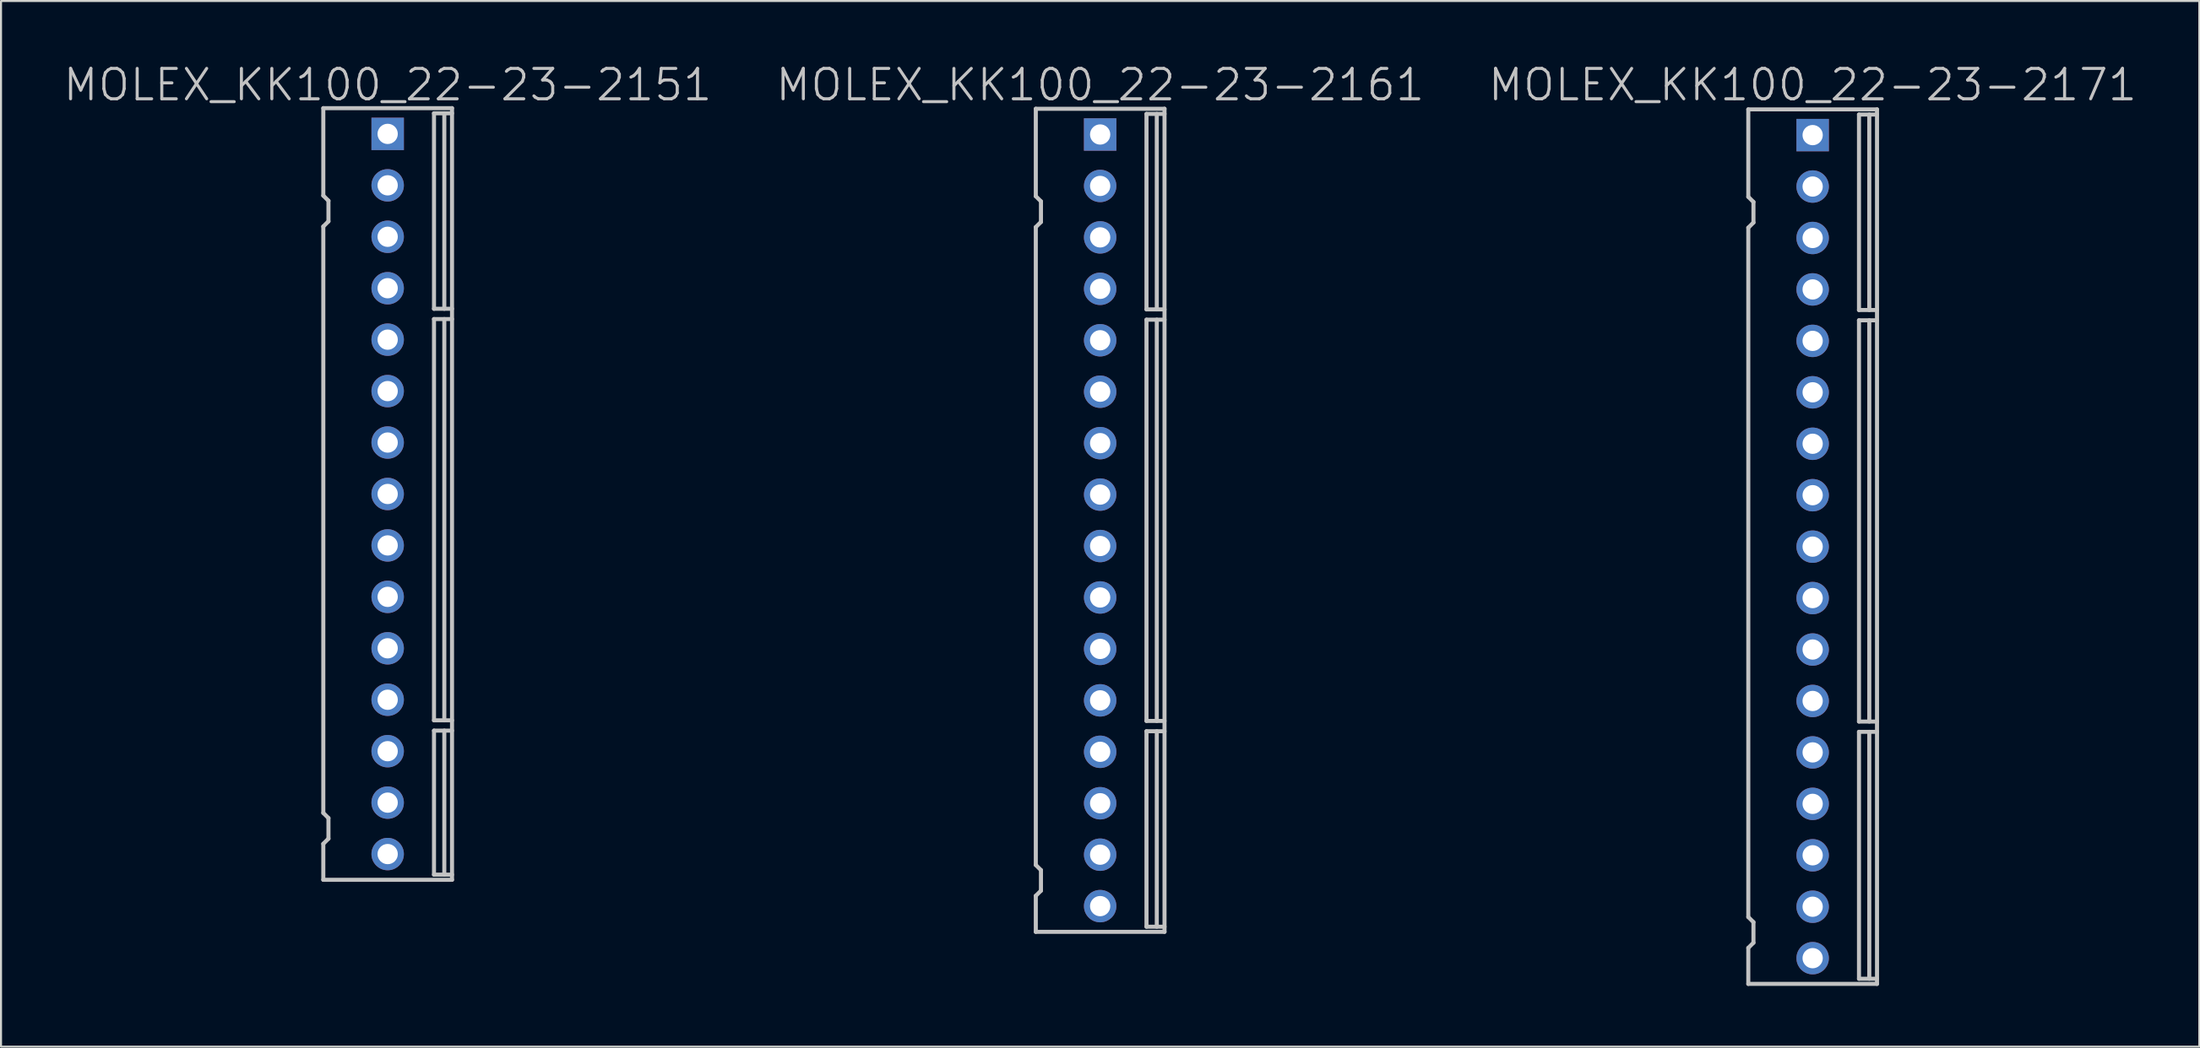
<source format=kicad_pcb>
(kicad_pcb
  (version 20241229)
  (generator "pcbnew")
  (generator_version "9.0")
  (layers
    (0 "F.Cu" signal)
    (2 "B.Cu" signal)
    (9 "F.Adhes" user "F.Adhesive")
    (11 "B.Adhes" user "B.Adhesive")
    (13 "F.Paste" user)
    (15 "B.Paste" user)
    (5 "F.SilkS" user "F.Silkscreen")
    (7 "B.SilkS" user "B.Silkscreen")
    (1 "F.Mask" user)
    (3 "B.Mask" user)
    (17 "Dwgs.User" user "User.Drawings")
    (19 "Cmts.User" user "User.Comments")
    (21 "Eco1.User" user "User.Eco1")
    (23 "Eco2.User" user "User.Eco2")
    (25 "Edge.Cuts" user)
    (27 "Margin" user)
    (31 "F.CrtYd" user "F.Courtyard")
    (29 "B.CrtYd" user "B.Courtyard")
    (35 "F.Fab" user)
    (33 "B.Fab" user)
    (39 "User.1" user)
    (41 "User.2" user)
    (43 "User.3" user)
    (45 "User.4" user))
  (footprint "MOLEX_KK100_22-23-2171"
    (layer "F.Cu")
    (at 86.375 23.941)
    (property "Reference" "MOLEX_KK100_22-23-2171" (at 0 -22.8 180) (layer "Dwgs.User") (effects (font (size 1.5 1.5) (thickness 0.15))))
    (attr through_hole)
    (fp_line (start -3.175 -21.59) (end 3.175 -21.59) (stroke (width 0.2) (type solid)) (layer "Dwgs.User"))
    (fp_line (start -3.175 -17.272) (end -3.175 -21.59) (stroke (width 0.2) (type solid)) (layer "Dwgs.User"))
    (fp_line (start -3.175 -15.748) (end -3.175 18.288) (stroke (width 0.2) (type solid)) (layer "Dwgs.User"))
    (fp_line (start -3.175 19.812) (end -3.175 21.59) (stroke (width 0.2) (type solid)) (layer "Dwgs.User"))
    (fp_line (start -2.921 -17.018) (end -3.175 -17.272) (stroke (width 0.2) (type solid)) (layer "Dwgs.User"))
    (fp_line (start -2.921 -17.018) (end -2.921 -16.002) (stroke (width 0.2) (type solid)) (layer "Dwgs.User"))
    (fp_line (start -2.921 -16.002) (end -3.175 -15.748) (stroke (width 0.2) (type solid)) (layer "Dwgs.User"))
    (fp_line (start -2.921 18.542) (end -3.175 18.288) (stroke (width 0.2) (type solid)) (layer "Dwgs.User"))
    (fp_line (start -2.921 18.542) (end -2.921 19.558) (stroke (width 0.2) (type solid)) (layer "Dwgs.User"))
    (fp_line (start -2.921 19.558) (end -3.175 19.812) (stroke (width 0.2) (type solid)) (layer "Dwgs.User"))
    (fp_line (start 2.286 -21.336) (end 3.175 -21.336) (stroke (width 0.2) (type solid)) (layer "Dwgs.User"))
    (fp_line (start 2.286 -11.684) (end 2.286 -21.336) (stroke (width 0.2) (type solid)) (layer "Dwgs.User"))
    (fp_line (start 2.286 -11.684) (end 3.175 -11.684) (stroke (width 0.2) (type solid)) (layer "Dwgs.User"))
    (fp_line (start 2.286 -11.176) (end 3.175 -11.176) (stroke (width 0.2) (type solid)) (layer "Dwgs.User"))
    (fp_line (start 2.286 8.636) (end 2.286 -11.176) (stroke (width 0.2) (type solid)) (layer "Dwgs.User"))
    (fp_line (start 2.286 8.636) (end 3.175 8.636) (stroke (width 0.2) (type solid)) (layer "Dwgs.User"))
    (fp_line (start 2.286 9.144) (end 2.286 21.336) (stroke (width 0.2) (type solid)) (layer "Dwgs.User"))
    (fp_line (start 2.286 9.144) (end 3.175 9.144) (stroke (width 0.2) (type solid)) (layer "Dwgs.User"))
    (fp_line (start 2.286 21.336) (end 3.175 21.336) (stroke (width 0.2) (type solid)) (layer "Dwgs.User"))
    (fp_line (start 2.794 -11.684) (end 2.794 -21.336) (stroke (width 0.2) (type solid)) (layer "Dwgs.User"))
    (fp_line (start 2.794 -11.176) (end 2.794 8.636) (stroke (width 0.2) (type solid)) (layer "Dwgs.User"))
    (fp_line (start 2.794 9.144) (end 2.794 21.336) (stroke (width 0.2) (type solid)) (layer "Dwgs.User"))
    (fp_line (start 3.175 21.59) (end -3.175 21.59) (stroke (width 0.2) (type solid)) (layer "Dwgs.User"))
    (fp_line (start 3.175 21.59) (end 3.175 -21.59) (stroke (width 0.2) (type solid)) (layer "Dwgs.User"))
    (pad "1" thru_hole rect (at 0 -20.32) (size 1.6 1.6) (drill 1) (layers "*.Cu" "*.Mask"))
    (pad "2" thru_hole circle (at 0 -17.78) (size 1.6 1.6) (drill 1) (layers "*.Cu" "*.Mask"))
    (pad "3" thru_hole circle (at 0 -15.24) (size 1.6 1.6) (drill 1) (layers "*.Cu" "*.Mask"))
    (pad "4" thru_hole circle (at 0 -12.7) (size 1.6 1.6) (drill 1) (layers "*.Cu" "*.Mask"))
    (pad "5" thru_hole circle (at 0 -10.16) (size 1.6 1.6) (drill 1) (layers "*.Cu" "*.Mask"))
    (pad "6" thru_hole circle (at 0 -7.62) (size 1.6 1.6) (drill 1) (layers "*.Cu" "*.Mask"))
    (pad "7" thru_hole circle (at 0 -5.08) (size 1.6 1.6) (drill 1) (layers "*.Cu" "*.Mask"))
    (pad "8" thru_hole circle (at 0 -2.54) (size 1.6 1.6) (drill 1) (layers "*.Cu" "*.Mask"))
    (pad "9" thru_hole circle (at 0 0) (size 1.6 1.6) (drill 1) (layers "*.Cu" "*.Mask"))
    (pad "10" thru_hole circle (at 0 2.54) (size 1.6 1.6) (drill 1) (layers "*.Cu" "*.Mask"))
    (pad "11" thru_hole circle (at 0 5.08) (size 1.6 1.6) (drill 1) (layers "*.Cu" "*.Mask"))
    (pad "12" thru_hole circle (at 0 7.62) (size 1.6 1.6) (drill 1) (layers "*.Cu" "*.Mask"))
    (pad "13" thru_hole circle (at 0 10.16) (size 1.6 1.6) (drill 1) (layers "*.Cu" "*.Mask"))
    (pad "14" thru_hole circle (at 0 12.7) (size 1.6 1.6) (drill 1) (layers "*.Cu" "*.Mask"))
    (pad "15" thru_hole circle (at 0 15.24) (size 1.6 1.6) (drill 1) (layers "*.Cu" "*.Mask"))
    (pad "16" thru_hole circle (at 0 17.78) (size 1.6 1.6) (drill 1) (layers "*.Cu" "*.Mask"))
    (pad "17" thru_hole circle (at 0 20.32) (size 1.6 1.6) (drill 1) (layers "*.Cu" "*.Mask")))
  (footprint "MOLEX_KK100_22-23-2151"
    (layer "F.Cu")
    (at 16.075 21.341)
    (property "Reference" "MOLEX_KK100_22-23-2151" (at 0 -20.2 180) (layer "Dwgs.User") (effects (font (size 1.5 1.5) (thickness 0.15))))
    (attr through_hole)
    (fp_line (start -3.175 -19.05) (end 3.175 -19.05) (stroke (width 0.2) (type solid)) (layer "Dwgs.User"))
    (fp_line (start -3.175 -14.732) (end -3.175 -19.05) (stroke (width 0.2) (type solid)) (layer "Dwgs.User"))
    (fp_line (start -3.175 -13.208) (end -3.175 15.748) (stroke (width 0.2) (type solid)) (layer "Dwgs.User"))
    (fp_line (start -3.175 17.272) (end -3.175 19.05) (stroke (width 0.2) (type solid)) (layer "Dwgs.User"))
    (fp_line (start -2.921 -14.478) (end -3.175 -14.732) (stroke (width 0.2) (type solid)) (layer "Dwgs.User"))
    (fp_line (start -2.921 -14.478) (end -2.921 -13.462) (stroke (width 0.2) (type solid)) (layer "Dwgs.User"))
    (fp_line (start -2.921 -13.462) (end -3.175 -13.208) (stroke (width 0.2) (type solid)) (layer "Dwgs.User"))
    (fp_line (start -2.921 16.002) (end -3.175 15.748) (stroke (width 0.2) (type solid)) (layer "Dwgs.User"))
    (fp_line (start -2.921 16.002) (end -2.921 17.018) (stroke (width 0.2) (type solid)) (layer "Dwgs.User"))
    (fp_line (start -2.921 17.018) (end -3.175 17.272) (stroke (width 0.2) (type solid)) (layer "Dwgs.User"))
    (fp_line (start 2.286 -18.796) (end 3.175 -18.796) (stroke (width 0.2) (type solid)) (layer "Dwgs.User"))
    (fp_line (start 2.286 -9.144) (end 2.286 -18.796) (stroke (width 0.2) (type solid)) (layer "Dwgs.User"))
    (fp_line (start 2.286 -9.144) (end 3.175 -9.144) (stroke (width 0.2) (type solid)) (layer "Dwgs.User"))
    (fp_line (start 2.286 -8.636) (end 3.175 -8.636) (stroke (width 0.2) (type solid)) (layer "Dwgs.User"))
    (fp_line (start 2.286 11.176) (end 2.286 -8.636) (stroke (width 0.2) (type solid)) (layer "Dwgs.User"))
    (fp_line (start 2.286 11.176) (end 3.175 11.176) (stroke (width 0.2) (type solid)) (layer "Dwgs.User"))
    (fp_line (start 2.286 11.684) (end 2.286 18.796) (stroke (width 0.2) (type solid)) (layer "Dwgs.User"))
    (fp_line (start 2.286 11.684) (end 3.175 11.684) (stroke (width 0.2) (type solid)) (layer "Dwgs.User"))
    (fp_line (start 2.286 18.796) (end 3.175 18.796) (stroke (width 0.2) (type solid)) (layer "Dwgs.User"))
    (fp_line (start 2.794 -9.144) (end 2.794 -18.796) (stroke (width 0.2) (type solid)) (layer "Dwgs.User"))
    (fp_line (start 2.794 -8.636) (end 2.794 11.176) (stroke (width 0.2) (type solid)) (layer "Dwgs.User"))
    (fp_line (start 2.794 11.684) (end 2.794 18.796) (stroke (width 0.2) (type solid)) (layer "Dwgs.User"))
    (fp_line (start 3.175 19.05) (end -3.175 19.05) (stroke (width 0.2) (type solid)) (layer "Dwgs.User"))
    (fp_line (start 3.175 19.05) (end 3.175 -19.05) (stroke (width 0.2) (type solid)) (layer "Dwgs.User"))
    (pad "1" thru_hole rect (at 0 -17.78) (size 1.6 1.6) (drill 1) (layers "*.Cu" "*.Mask"))
    (pad "2" thru_hole circle (at 0 -15.24) (size 1.6 1.6) (drill 1) (layers "*.Cu" "*.Mask"))
    (pad "3" thru_hole circle (at 0 -12.7) (size 1.6 1.6) (drill 1) (layers "*.Cu" "*.Mask"))
    (pad "4" thru_hole circle (at 0 -10.16) (size 1.6 1.6) (drill 1) (layers "*.Cu" "*.Mask"))
    (pad "5" thru_hole circle (at 0 -7.62) (size 1.6 1.6) (drill 1) (layers "*.Cu" "*.Mask"))
    (pad "6" thru_hole circle (at 0 -5.08) (size 1.6 1.6) (drill 1) (layers "*.Cu" "*.Mask"))
    (pad "7" thru_hole circle (at 0 -2.54) (size 1.6 1.6) (drill 1) (layers "*.Cu" "*.Mask"))
    (pad "8" thru_hole circle (at 0 0) (size 1.6 1.6) (drill 1) (layers "*.Cu" "*.Mask"))
    (pad "9" thru_hole circle (at 0 2.54) (size 1.6 1.6) (drill 1) (layers "*.Cu" "*.Mask"))
    (pad "10" thru_hole circle (at 0 5.08) (size 1.6 1.6) (drill 1) (layers "*.Cu" "*.Mask"))
    (pad "11" thru_hole circle (at 0 7.62) (size 1.6 1.6) (drill 1) (layers "*.Cu" "*.Mask"))
    (pad "12" thru_hole circle (at 0 10.16) (size 1.6 1.6) (drill 1) (layers "*.Cu" "*.Mask"))
    (pad "13" thru_hole circle (at 0 12.7) (size 1.6 1.6) (drill 1) (layers "*.Cu" "*.Mask"))
    (pad "14" thru_hole circle (at 0 15.24) (size 1.6 1.6) (drill 1) (layers "*.Cu" "*.Mask"))
    (pad "15" thru_hole circle (at 0 17.78) (size 1.6 1.6) (drill 1) (layers "*.Cu" "*.Mask")))
  (footprint "MOLEX_KK100_22-23-2161"
    (layer "F.Cu")
    (at 51.225 22.641)
    (property "Reference" "MOLEX_KK100_22-23-2161" (at 0 -21.5 180) (layer "Dwgs.User") (effects (font (size 1.5 1.5) (thickness 0.15))))
    (attr through_hole)
    (fp_line (start -3.175 -20.32) (end 3.175 -20.32) (stroke (width 0.2) (type solid)) (layer "Dwgs.User"))
    (fp_line (start -3.175 -16.002) (end -3.175 -20.32) (stroke (width 0.2) (type solid)) (layer "Dwgs.User"))
    (fp_line (start -3.175 -14.478) (end -3.175 17.018) (stroke (width 0.2) (type solid)) (layer "Dwgs.User"))
    (fp_line (start -3.175 18.542) (end -3.175 20.32) (stroke (width 0.2) (type solid)) (layer "Dwgs.User"))
    (fp_line (start -2.921 -15.748) (end -3.175 -16.002) (stroke (width 0.2) (type solid)) (layer "Dwgs.User"))
    (fp_line (start -2.921 -15.748) (end -2.921 -14.732) (stroke (width 0.2) (type solid)) (layer "Dwgs.User"))
    (fp_line (start -2.921 -14.732) (end -3.175 -14.478) (stroke (width 0.2) (type solid)) (layer "Dwgs.User"))
    (fp_line (start -2.921 17.272) (end -3.175 17.018) (stroke (width 0.2) (type solid)) (layer "Dwgs.User"))
    (fp_line (start -2.921 17.272) (end -2.921 18.288) (stroke (width 0.2) (type solid)) (layer "Dwgs.User"))
    (fp_line (start -2.921 18.288) (end -3.175 18.542) (stroke (width 0.2) (type solid)) (layer "Dwgs.User"))
    (fp_line (start 2.286 -20.066) (end 3.175 -20.066) (stroke (width 0.2) (type solid)) (layer "Dwgs.User"))
    (fp_line (start 2.286 -10.414) (end 2.286 -20.066) (stroke (width 0.2) (type solid)) (layer "Dwgs.User"))
    (fp_line (start 2.286 -10.414) (end 3.175 -10.414) (stroke (width 0.2) (type solid)) (layer "Dwgs.User"))
    (fp_line (start 2.286 -9.906) (end 3.175 -9.906) (stroke (width 0.2) (type solid)) (layer "Dwgs.User"))
    (fp_line (start 2.286 9.906) (end 2.286 -9.906) (stroke (width 0.2) (type solid)) (layer "Dwgs.User"))
    (fp_line (start 2.286 9.906) (end 3.175 9.906) (stroke (width 0.2) (type solid)) (layer "Dwgs.User"))
    (fp_line (start 2.286 10.414) (end 2.286 20.066) (stroke (width 0.2) (type solid)) (layer "Dwgs.User"))
    (fp_line (start 2.286 10.414) (end 3.175 10.414) (stroke (width 0.2) (type solid)) (layer "Dwgs.User"))
    (fp_line (start 2.286 20.066) (end 3.175 20.066) (stroke (width 0.2) (type solid)) (layer "Dwgs.User"))
    (fp_line (start 2.794 -10.414) (end 2.794 -20.066) (stroke (width 0.2) (type solid)) (layer "Dwgs.User"))
    (fp_line (start 2.794 -9.906) (end 2.794 9.906) (stroke (width 0.2) (type solid)) (layer "Dwgs.User"))
    (fp_line (start 2.794 10.414) (end 2.794 20.066) (stroke (width 0.2) (type solid)) (layer "Dwgs.User"))
    (fp_line (start 3.175 20.32) (end -3.175 20.32) (stroke (width 0.2) (type solid)) (layer "Dwgs.User"))
    (fp_line (start 3.175 20.32) (end 3.175 -20.32) (stroke (width 0.2) (type solid)) (layer "Dwgs.User"))
    (pad "1" thru_hole rect (at 0 -19.05) (size 1.6 1.6) (drill 1) (layers "*.Cu" "*.Mask"))
    (pad "2" thru_hole circle (at 0 -16.51) (size 1.6 1.6) (drill 1) (layers "*.Cu" "*.Mask"))
    (pad "3" thru_hole circle (at 0 -13.97) (size 1.6 1.6) (drill 1) (layers "*.Cu" "*.Mask"))
    (pad "4" thru_hole circle (at 0 -11.43) (size 1.6 1.6) (drill 1) (layers "*.Cu" "*.Mask"))
    (pad "5" thru_hole circle (at 0 -8.89) (size 1.6 1.6) (drill 1) (layers "*.Cu" "*.Mask"))
    (pad "6" thru_hole circle (at 0 -6.35) (size 1.6 1.6) (drill 1) (layers "*.Cu" "*.Mask"))
    (pad "7" thru_hole circle (at 0 -3.81) (size 1.6 1.6) (drill 1) (layers "*.Cu" "*.Mask"))
    (pad "8" thru_hole circle (at 0 -1.27) (size 1.6 1.6) (drill 1) (layers "*.Cu" "*.Mask"))
    (pad "9" thru_hole circle (at 0 1.27) (size 1.6 1.6) (drill 1) (layers "*.Cu" "*.Mask"))
    (pad "10" thru_hole circle (at 0 3.81) (size 1.6 1.6) (drill 1) (layers "*.Cu" "*.Mask"))
    (pad "11" thru_hole circle (at 0 6.35) (size 1.6 1.6) (drill 1) (layers "*.Cu" "*.Mask"))
    (pad "12" thru_hole circle (at 0 8.89) (size 1.6 1.6) (drill 1) (layers "*.Cu" "*.Mask"))
    (pad "13" thru_hole circle (at 0 11.43) (size 1.6 1.6) (drill 1) (layers "*.Cu" "*.Mask"))
    (pad "14" thru_hole circle (at 0 13.97) (size 1.6 1.6) (drill 1) (layers "*.Cu" "*.Mask"))
    (pad "15" thru_hole circle (at 0 16.51) (size 1.6 1.6) (drill 1) (layers "*.Cu" "*.Mask"))
    (pad "16" thru_hole circle (at 0 19.05) (size 1.6 1.6) (drill 1) (layers "*.Cu" "*.Mask")))
  (gr_rect
    (start -3 -3)
    (end 105.45 48.631)
    (stroke (width 0.1) (type default))
    (fill no)
    (layer "Edge.Cuts")))
</source>
